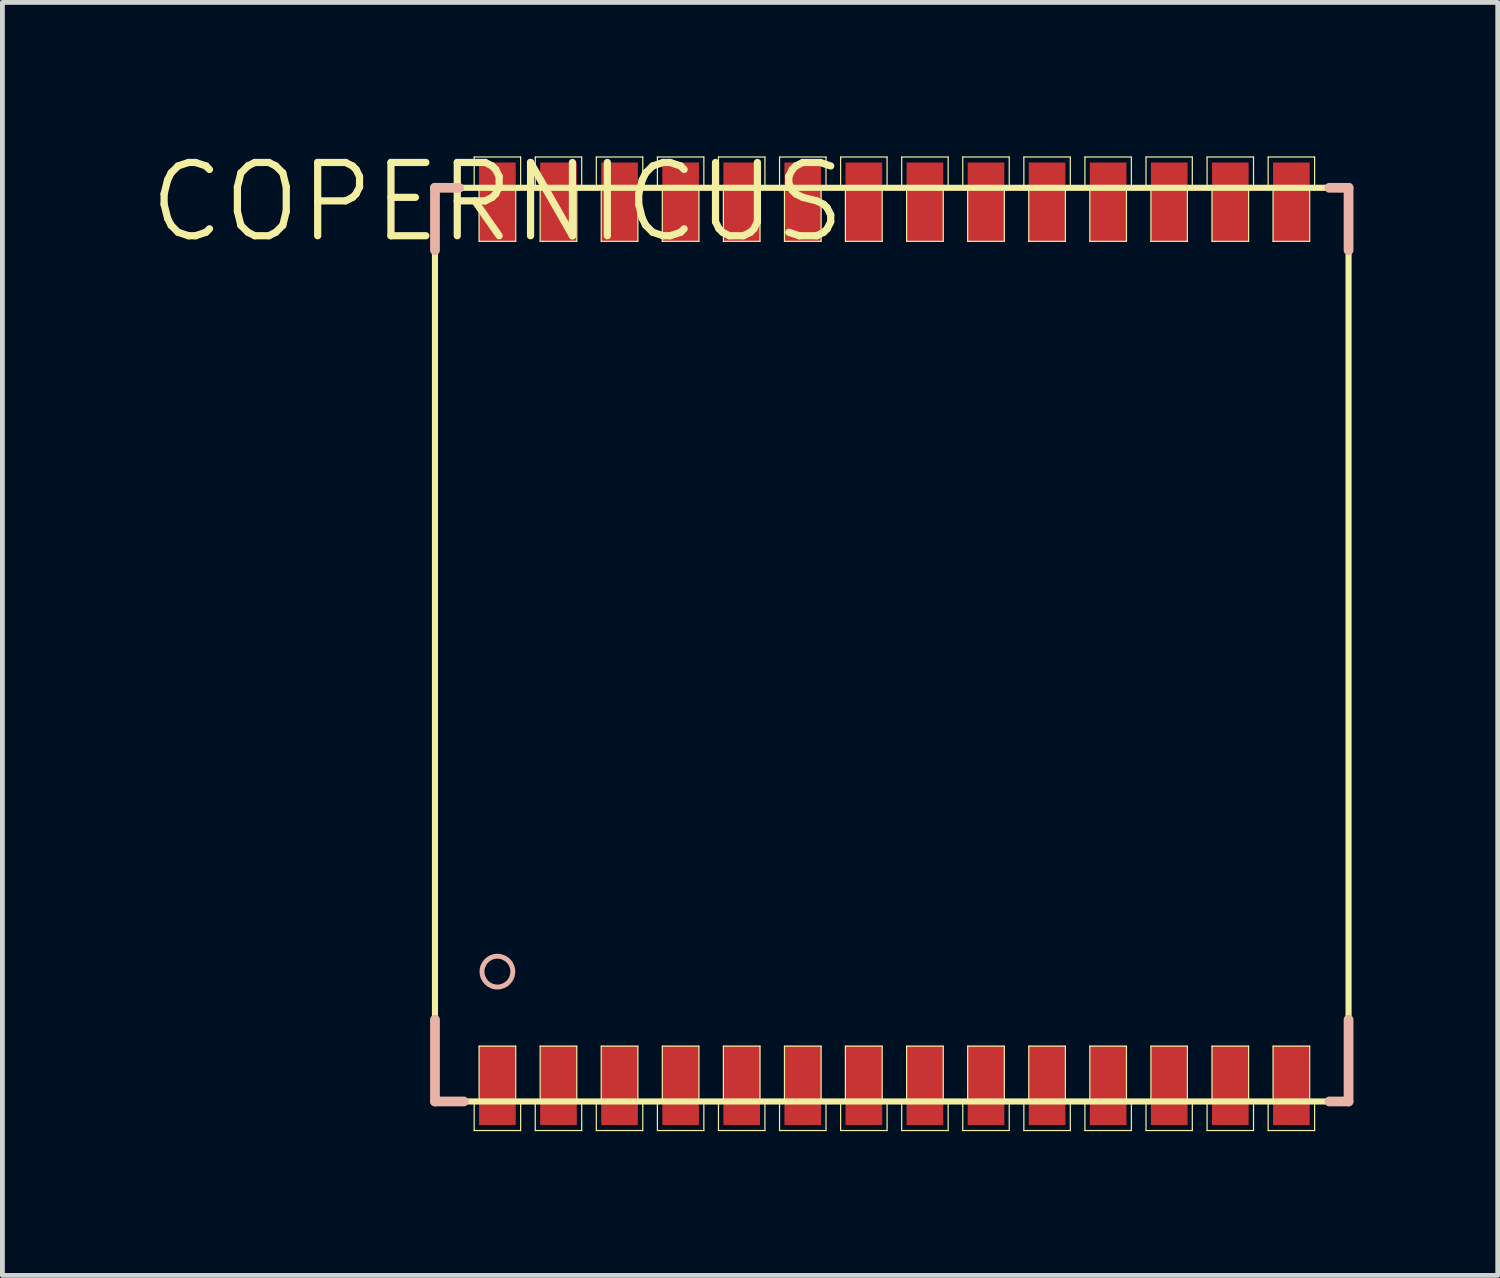
<source format=kicad_pcb>
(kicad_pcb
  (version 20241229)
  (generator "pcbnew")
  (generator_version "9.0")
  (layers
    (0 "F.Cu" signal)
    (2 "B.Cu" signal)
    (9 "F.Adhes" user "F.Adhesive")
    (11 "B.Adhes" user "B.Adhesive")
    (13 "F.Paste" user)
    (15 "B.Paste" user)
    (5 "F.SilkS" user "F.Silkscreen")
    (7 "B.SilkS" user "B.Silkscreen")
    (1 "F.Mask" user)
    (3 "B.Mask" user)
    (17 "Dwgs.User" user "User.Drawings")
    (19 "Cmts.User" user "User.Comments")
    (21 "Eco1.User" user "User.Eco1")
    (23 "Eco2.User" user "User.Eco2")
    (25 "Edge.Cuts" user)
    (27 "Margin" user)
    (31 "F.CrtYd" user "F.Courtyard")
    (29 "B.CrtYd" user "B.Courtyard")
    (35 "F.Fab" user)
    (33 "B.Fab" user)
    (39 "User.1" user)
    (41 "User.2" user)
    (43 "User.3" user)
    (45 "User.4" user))
  (footprint "COPERNICUS"
    (layer "F.Cu")
    (at 7.293 1.155)
    (property "Reference" "COPERNICUS" (at 0 0 0) (layer "F.SilkS") (effects (font (size 1.524 1.524) (thickness 0.15))))
    (attr smd)
    (fp_line (start -1.298 -0.3) (end -1.298 18.699) (stroke (width 0.127) (type solid)) (layer "F.SilkS"))
    (fp_line (start -1.298 -0.3) (end 17.699 -0.3) (stroke (width 0.127) (type solid)) (layer "F.SilkS"))
    (fp_line (start -1.298 18.699) (end 17.699 18.699) (stroke (width 0.127) (type solid)) (layer "F.SilkS"))
    (fp_line (start -0.483 -0.94) (end 0.483 -0.94) (stroke (width 0.025) (type solid)) (layer "F.SilkS"))
    (fp_line (start -0.483 -0.33) (end -0.483 -0.94) (stroke (width 0.025) (type solid)) (layer "F.SilkS"))
    (fp_line (start -0.483 18.694) (end -0.381 18.694) (stroke (width 0.025) (type solid)) (layer "F.SilkS"))
    (fp_line (start -0.483 19.304) (end -0.483 18.694) (stroke (width 0.025) (type solid)) (layer "F.SilkS"))
    (fp_line (start -0.381 -0.33) (end -0.483 -0.33) (stroke (width 0.025) (type solid)) (layer "F.SilkS"))
    (fp_line (start -0.381 0.813) (end -0.381 -0.33) (stroke (width 0.025) (type solid)) (layer "F.SilkS"))
    (fp_line (start -0.381 17.549) (end 0.381 17.549) (stroke (width 0.025) (type solid)) (layer "F.SilkS"))
    (fp_line (start -0.381 18.694) (end -0.381 17.549) (stroke (width 0.025) (type solid)) (layer "F.SilkS"))
    (fp_line (start 0.381 -0.33) (end 0.381 0.813) (stroke (width 0.025) (type solid)) (layer "F.SilkS"))
    (fp_line (start 0.381 0.813) (end -0.381 0.813) (stroke (width 0.025) (type solid)) (layer "F.SilkS"))
    (fp_line (start 0.381 17.549) (end 0.381 18.694) (stroke (width 0.025) (type solid)) (layer "F.SilkS"))
    (fp_line (start 0.381 18.694) (end 0.483 18.694) (stroke (width 0.025) (type solid)) (layer "F.SilkS"))
    (fp_line (start 0.483 -0.94) (end 0.483 -0.33) (stroke (width 0.025) (type solid)) (layer "F.SilkS"))
    (fp_line (start 0.483 -0.33) (end 0.381 -0.33) (stroke (width 0.025) (type solid)) (layer "F.SilkS"))
    (fp_line (start 0.483 18.694) (end 0.483 19.304) (stroke (width 0.025) (type solid)) (layer "F.SilkS"))
    (fp_line (start 0.483 19.304) (end -0.483 19.304) (stroke (width 0.025) (type solid)) (layer "F.SilkS"))
    (fp_line (start 0.787 -0.94) (end 1.753 -0.94) (stroke (width 0.025) (type solid)) (layer "F.SilkS"))
    (fp_line (start 0.787 -0.33) (end 0.787 -0.94) (stroke (width 0.025) (type solid)) (layer "F.SilkS"))
    (fp_line (start 0.787 18.694) (end 0.889 18.694) (stroke (width 0.025) (type solid)) (layer "F.SilkS"))
    (fp_line (start 0.787 19.304) (end 0.787 18.694) (stroke (width 0.025) (type solid)) (layer "F.SilkS"))
    (fp_line (start 0.889 -0.33) (end 0.787 -0.33) (stroke (width 0.025) (type solid)) (layer "F.SilkS"))
    (fp_line (start 0.889 0.813) (end 0.889 -0.33) (stroke (width 0.025) (type solid)) (layer "F.SilkS"))
    (fp_line (start 0.889 17.549) (end 1.651 17.549) (stroke (width 0.025) (type solid)) (layer "F.SilkS"))
    (fp_line (start 0.889 18.694) (end 0.889 17.549) (stroke (width 0.025) (type solid)) (layer "F.SilkS"))
    (fp_line (start 1.651 -0.33) (end 1.651 0.813) (stroke (width 0.025) (type solid)) (layer "F.SilkS"))
    (fp_line (start 1.651 0.813) (end 0.889 0.813) (stroke (width 0.025) (type solid)) (layer "F.SilkS"))
    (fp_line (start 1.651 17.549) (end 1.651 18.694) (stroke (width 0.025) (type solid)) (layer "F.SilkS"))
    (fp_line (start 1.651 18.694) (end 1.753 18.694) (stroke (width 0.025) (type solid)) (layer "F.SilkS"))
    (fp_line (start 1.753 -0.94) (end 1.753 -0.33) (stroke (width 0.025) (type solid)) (layer "F.SilkS"))
    (fp_line (start 1.753 -0.33) (end 1.651 -0.33) (stroke (width 0.025) (type solid)) (layer "F.SilkS"))
    (fp_line (start 1.753 18.694) (end 1.753 19.304) (stroke (width 0.025) (type solid)) (layer "F.SilkS"))
    (fp_line (start 1.753 19.304) (end 0.787 19.304) (stroke (width 0.025) (type solid)) (layer "F.SilkS"))
    (fp_line (start 2.057 -0.94) (end 3.023 -0.94) (stroke (width 0.025) (type solid)) (layer "F.SilkS"))
    (fp_line (start 2.057 -0.33) (end 2.057 -0.94) (stroke (width 0.025) (type solid)) (layer "F.SilkS"))
    (fp_line (start 2.057 18.694) (end 2.159 18.694) (stroke (width 0.025) (type solid)) (layer "F.SilkS"))
    (fp_line (start 2.057 19.304) (end 2.057 18.694) (stroke (width 0.025) (type solid)) (layer "F.SilkS"))
    (fp_line (start 2.159 -0.33) (end 2.057 -0.33) (stroke (width 0.025) (type solid)) (layer "F.SilkS"))
    (fp_line (start 2.159 0.813) (end 2.159 -0.33) (stroke (width 0.025) (type solid)) (layer "F.SilkS"))
    (fp_line (start 2.159 17.549) (end 2.921 17.549) (stroke (width 0.025) (type solid)) (layer "F.SilkS"))
    (fp_line (start 2.159 18.694) (end 2.159 17.549) (stroke (width 0.025) (type solid)) (layer "F.SilkS"))
    (fp_line (start 2.921 -0.33) (end 2.921 0.813) (stroke (width 0.025) (type solid)) (layer "F.SilkS"))
    (fp_line (start 2.921 0.813) (end 2.159 0.813) (stroke (width 0.025) (type solid)) (layer "F.SilkS"))
    (fp_line (start 2.921 17.549) (end 2.921 18.694) (stroke (width 0.025) (type solid)) (layer "F.SilkS"))
    (fp_line (start 2.921 18.694) (end 3.023 18.694) (stroke (width 0.025) (type solid)) (layer "F.SilkS"))
    (fp_line (start 3.023 -0.94) (end 3.023 -0.33) (stroke (width 0.025) (type solid)) (layer "F.SilkS"))
    (fp_line (start 3.023 -0.33) (end 2.921 -0.33) (stroke (width 0.025) (type solid)) (layer "F.SilkS"))
    (fp_line (start 3.023 18.694) (end 3.023 19.304) (stroke (width 0.025) (type solid)) (layer "F.SilkS"))
    (fp_line (start 3.023 19.304) (end 2.057 19.304) (stroke (width 0.025) (type solid)) (layer "F.SilkS"))
    (fp_line (start 3.327 -0.94) (end 4.293 -0.94) (stroke (width 0.025) (type solid)) (layer "F.SilkS"))
    (fp_line (start 3.327 -0.33) (end 3.327 -0.94) (stroke (width 0.025) (type solid)) (layer "F.SilkS"))
    (fp_line (start 3.327 18.694) (end 3.429 18.694) (stroke (width 0.025) (type solid)) (layer "F.SilkS"))
    (fp_line (start 3.327 19.304) (end 3.327 18.694) (stroke (width 0.025) (type solid)) (layer "F.SilkS"))
    (fp_line (start 3.429 -0.33) (end 3.327 -0.33) (stroke (width 0.025) (type solid)) (layer "F.SilkS"))
    (fp_line (start 3.429 0.813) (end 3.429 -0.33) (stroke (width 0.025) (type solid)) (layer "F.SilkS"))
    (fp_line (start 3.429 17.549) (end 4.191 17.549) (stroke (width 0.025) (type solid)) (layer "F.SilkS"))
    (fp_line (start 3.429 18.694) (end 3.429 17.549) (stroke (width 0.025) (type solid)) (layer "F.SilkS"))
    (fp_line (start 4.191 -0.33) (end 4.191 0.813) (stroke (width 0.025) (type solid)) (layer "F.SilkS"))
    (fp_line (start 4.191 0.813) (end 3.429 0.813) (stroke (width 0.025) (type solid)) (layer "F.SilkS"))
    (fp_line (start 4.191 17.549) (end 4.191 18.694) (stroke (width 0.025) (type solid)) (layer "F.SilkS"))
    (fp_line (start 4.191 18.694) (end 4.293 18.694) (stroke (width 0.025) (type solid)) (layer "F.SilkS"))
    (fp_line (start 4.293 -0.94) (end 4.293 -0.33) (stroke (width 0.025) (type solid)) (layer "F.SilkS"))
    (fp_line (start 4.293 -0.33) (end 4.191 -0.33) (stroke (width 0.025) (type solid)) (layer "F.SilkS"))
    (fp_line (start 4.293 18.694) (end 4.293 19.304) (stroke (width 0.025) (type solid)) (layer "F.SilkS"))
    (fp_line (start 4.293 19.304) (end 3.327 19.304) (stroke (width 0.025) (type solid)) (layer "F.SilkS"))
    (fp_line (start 4.597 -0.94) (end 5.563 -0.94) (stroke (width 0.025) (type solid)) (layer "F.SilkS"))
    (fp_line (start 4.597 -0.33) (end 4.597 -0.94) (stroke (width 0.025) (type solid)) (layer "F.SilkS"))
    (fp_line (start 4.597 18.694) (end 4.699 18.694) (stroke (width 0.025) (type solid)) (layer "F.SilkS"))
    (fp_line (start 4.597 19.304) (end 4.597 18.694) (stroke (width 0.025) (type solid)) (layer "F.SilkS"))
    (fp_line (start 4.699 -0.33) (end 4.597 -0.33) (stroke (width 0.025) (type solid)) (layer "F.SilkS"))
    (fp_line (start 4.699 0.813) (end 4.699 -0.33) (stroke (width 0.025) (type solid)) (layer "F.SilkS"))
    (fp_line (start 4.699 17.549) (end 5.461 17.549) (stroke (width 0.025) (type solid)) (layer "F.SilkS"))
    (fp_line (start 4.699 18.694) (end 4.699 17.549) (stroke (width 0.025) (type solid)) (layer "F.SilkS"))
    (fp_line (start 5.461 -0.33) (end 5.461 0.813) (stroke (width 0.025) (type solid)) (layer "F.SilkS"))
    (fp_line (start 5.461 0.813) (end 4.699 0.813) (stroke (width 0.025) (type solid)) (layer "F.SilkS"))
    (fp_line (start 5.461 17.549) (end 5.461 18.694) (stroke (width 0.025) (type solid)) (layer "F.SilkS"))
    (fp_line (start 5.461 18.694) (end 5.563 18.694) (stroke (width 0.025) (type solid)) (layer "F.SilkS"))
    (fp_line (start 5.563 -0.94) (end 5.563 -0.33) (stroke (width 0.025) (type solid)) (layer "F.SilkS"))
    (fp_line (start 5.563 -0.33) (end 5.461 -0.33) (stroke (width 0.025) (type solid)) (layer "F.SilkS"))
    (fp_line (start 5.563 18.694) (end 5.563 19.304) (stroke (width 0.025) (type solid)) (layer "F.SilkS"))
    (fp_line (start 5.563 19.304) (end 4.597 19.304) (stroke (width 0.025) (type solid)) (layer "F.SilkS"))
    (fp_line (start 5.867 -0.94) (end 6.833 -0.94) (stroke (width 0.025) (type solid)) (layer "F.SilkS"))
    (fp_line (start 5.867 -0.33) (end 5.867 -0.94) (stroke (width 0.025) (type solid)) (layer "F.SilkS"))
    (fp_line (start 5.867 18.694) (end 5.969 18.694) (stroke (width 0.025) (type solid)) (layer "F.SilkS"))
    (fp_line (start 5.867 19.304) (end 5.867 18.694) (stroke (width 0.025) (type solid)) (layer "F.SilkS"))
    (fp_line (start 5.969 -0.33) (end 5.867 -0.33) (stroke (width 0.025) (type solid)) (layer "F.SilkS"))
    (fp_line (start 5.969 0.813) (end 5.969 -0.33) (stroke (width 0.025) (type solid)) (layer "F.SilkS"))
    (fp_line (start 5.969 17.549) (end 6.731 17.549) (stroke (width 0.025) (type solid)) (layer "F.SilkS"))
    (fp_line (start 5.969 18.694) (end 5.969 17.549) (stroke (width 0.025) (type solid)) (layer "F.SilkS"))
    (fp_line (start 6.731 -0.33) (end 6.731 0.813) (stroke (width 0.025) (type solid)) (layer "F.SilkS"))
    (fp_line (start 6.731 0.813) (end 5.969 0.813) (stroke (width 0.025) (type solid)) (layer "F.SilkS"))
    (fp_line (start 6.731 17.549) (end 6.731 18.694) (stroke (width 0.025) (type solid)) (layer "F.SilkS"))
    (fp_line (start 6.731 18.694) (end 6.833 18.694) (stroke (width 0.025) (type solid)) (layer "F.SilkS"))
    (fp_line (start 6.833 -0.94) (end 6.833 -0.33) (stroke (width 0.025) (type solid)) (layer "F.SilkS"))
    (fp_line (start 6.833 -0.33) (end 6.731 -0.33) (stroke (width 0.025) (type solid)) (layer "F.SilkS"))
    (fp_line (start 6.833 18.694) (end 6.833 19.304) (stroke (width 0.025) (type solid)) (layer "F.SilkS"))
    (fp_line (start 6.833 19.304) (end 5.867 19.304) (stroke (width 0.025) (type solid)) (layer "F.SilkS"))
    (fp_line (start 7.137 -0.94) (end 8.103 -0.94) (stroke (width 0.025) (type solid)) (layer "F.SilkS"))
    (fp_line (start 7.137 -0.33) (end 7.137 -0.94) (stroke (width 0.025) (type solid)) (layer "F.SilkS"))
    (fp_line (start 7.137 18.694) (end 7.236 18.694) (stroke (width 0.025) (type solid)) (layer "F.SilkS"))
    (fp_line (start 7.137 19.304) (end 7.137 18.694) (stroke (width 0.025) (type solid)) (layer "F.SilkS"))
    (fp_line (start 7.236 -0.33) (end 7.137 -0.33) (stroke (width 0.025) (type solid)) (layer "F.SilkS"))
    (fp_line (start 7.236 0.813) (end 7.236 -0.33) (stroke (width 0.025) (type solid)) (layer "F.SilkS"))
    (fp_line (start 7.236 17.549) (end 8.001 17.549) (stroke (width 0.025) (type solid)) (layer "F.SilkS"))
    (fp_line (start 7.236 18.694) (end 7.236 17.549) (stroke (width 0.025) (type solid)) (layer "F.SilkS"))
    (fp_line (start 8.001 -0.33) (end 8.001 0.813) (stroke (width 0.025) (type solid)) (layer "F.SilkS"))
    (fp_line (start 8.001 0.813) (end 7.236 0.813) (stroke (width 0.025) (type solid)) (layer "F.SilkS"))
    (fp_line (start 8.001 17.549) (end 8.001 18.694) (stroke (width 0.025) (type solid)) (layer "F.SilkS"))
    (fp_line (start 8.001 18.694) (end 8.103 18.694) (stroke (width 0.025) (type solid)) (layer "F.SilkS"))
    (fp_line (start 8.103 -0.94) (end 8.103 -0.33) (stroke (width 0.025) (type solid)) (layer "F.SilkS"))
    (fp_line (start 8.103 -0.33) (end 8.001 -0.33) (stroke (width 0.025) (type solid)) (layer "F.SilkS"))
    (fp_line (start 8.103 18.694) (end 8.103 19.304) (stroke (width 0.025) (type solid)) (layer "F.SilkS"))
    (fp_line (start 8.103 19.304) (end 7.137 19.304) (stroke (width 0.025) (type solid)) (layer "F.SilkS"))
    (fp_line (start 8.407 -0.94) (end 9.373 -0.94) (stroke (width 0.025) (type solid)) (layer "F.SilkS"))
    (fp_line (start 8.407 -0.33) (end 8.407 -0.94) (stroke (width 0.025) (type solid)) (layer "F.SilkS"))
    (fp_line (start 8.407 18.694) (end 8.509 18.694) (stroke (width 0.025) (type solid)) (layer "F.SilkS"))
    (fp_line (start 8.407 19.304) (end 8.407 18.694) (stroke (width 0.025) (type solid)) (layer "F.SilkS"))
    (fp_line (start 8.509 -0.33) (end 8.407 -0.33) (stroke (width 0.025) (type solid)) (layer "F.SilkS"))
    (fp_line (start 8.509 0.813) (end 8.509 -0.33) (stroke (width 0.025) (type solid)) (layer "F.SilkS"))
    (fp_line (start 8.509 17.549) (end 9.271 17.549) (stroke (width 0.025) (type solid)) (layer "F.SilkS"))
    (fp_line (start 8.509 18.694) (end 8.509 17.549) (stroke (width 0.025) (type solid)) (layer "F.SilkS"))
    (fp_line (start 9.271 -0.33) (end 9.271 0.813) (stroke (width 0.025) (type solid)) (layer "F.SilkS"))
    (fp_line (start 9.271 0.813) (end 8.509 0.813) (stroke (width 0.025) (type solid)) (layer "F.SilkS"))
    (fp_line (start 9.271 17.549) (end 9.271 18.694) (stroke (width 0.025) (type solid)) (layer "F.SilkS"))
    (fp_line (start 9.271 18.694) (end 9.373 18.694) (stroke (width 0.025) (type solid)) (layer "F.SilkS"))
    (fp_line (start 9.373 -0.94) (end 9.373 -0.33) (stroke (width 0.025) (type solid)) (layer "F.SilkS"))
    (fp_line (start 9.373 -0.33) (end 9.271 -0.33) (stroke (width 0.025) (type solid)) (layer "F.SilkS"))
    (fp_line (start 9.373 18.694) (end 9.373 19.304) (stroke (width 0.025) (type solid)) (layer "F.SilkS"))
    (fp_line (start 9.373 19.304) (end 8.407 19.304) (stroke (width 0.025) (type solid)) (layer "F.SilkS"))
    (fp_line (start 9.677 -0.94) (end 10.643 -0.94) (stroke (width 0.025) (type solid)) (layer "F.SilkS"))
    (fp_line (start 9.677 -0.33) (end 9.677 -0.94) (stroke (width 0.025) (type solid)) (layer "F.SilkS"))
    (fp_line (start 9.677 18.694) (end 9.779 18.694) (stroke (width 0.025) (type solid)) (layer "F.SilkS"))
    (fp_line (start 9.677 19.304) (end 9.677 18.694) (stroke (width 0.025) (type solid)) (layer "F.SilkS"))
    (fp_line (start 9.779 -0.33) (end 9.677 -0.33) (stroke (width 0.025) (type solid)) (layer "F.SilkS"))
    (fp_line (start 9.779 0.813) (end 9.779 -0.33) (stroke (width 0.025) (type solid)) (layer "F.SilkS"))
    (fp_line (start 9.779 17.549) (end 10.541 17.549) (stroke (width 0.025) (type solid)) (layer "F.SilkS"))
    (fp_line (start 9.779 18.694) (end 9.779 17.549) (stroke (width 0.025) (type solid)) (layer "F.SilkS"))
    (fp_line (start 10.541 -0.33) (end 10.541 0.813) (stroke (width 0.025) (type solid)) (layer "F.SilkS"))
    (fp_line (start 10.541 0.813) (end 9.779 0.813) (stroke (width 0.025) (type solid)) (layer "F.SilkS"))
    (fp_line (start 10.541 17.549) (end 10.541 18.694) (stroke (width 0.025) (type solid)) (layer "F.SilkS"))
    (fp_line (start 10.541 18.694) (end 10.643 18.694) (stroke (width 0.025) (type solid)) (layer "F.SilkS"))
    (fp_line (start 10.643 -0.94) (end 10.643 -0.33) (stroke (width 0.025) (type solid)) (layer "F.SilkS"))
    (fp_line (start 10.643 -0.33) (end 10.541 -0.33) (stroke (width 0.025) (type solid)) (layer "F.SilkS"))
    (fp_line (start 10.643 18.694) (end 10.643 19.304) (stroke (width 0.025) (type solid)) (layer "F.SilkS"))
    (fp_line (start 10.643 19.304) (end 9.677 19.304) (stroke (width 0.025) (type solid)) (layer "F.SilkS"))
    (fp_line (start 10.947 -0.94) (end 11.913 -0.94) (stroke (width 0.025) (type solid)) (layer "F.SilkS"))
    (fp_line (start 10.947 -0.33) (end 10.947 -0.94) (stroke (width 0.025) (type solid)) (layer "F.SilkS"))
    (fp_line (start 10.947 18.694) (end 11.049 18.694) (stroke (width 0.025) (type solid)) (layer "F.SilkS"))
    (fp_line (start 10.947 19.304) (end 10.947 18.694) (stroke (width 0.025) (type solid)) (layer "F.SilkS"))
    (fp_line (start 11.049 -0.33) (end 10.947 -0.33) (stroke (width 0.025) (type solid)) (layer "F.SilkS"))
    (fp_line (start 11.049 0.813) (end 11.049 -0.33) (stroke (width 0.025) (type solid)) (layer "F.SilkS"))
    (fp_line (start 11.049 17.549) (end 11.811 17.549) (stroke (width 0.025) (type solid)) (layer "F.SilkS"))
    (fp_line (start 11.049 18.694) (end 11.049 17.549) (stroke (width 0.025) (type solid)) (layer "F.SilkS"))
    (fp_line (start 11.811 -0.33) (end 11.811 0.813) (stroke (width 0.025) (type solid)) (layer "F.SilkS"))
    (fp_line (start 11.811 0.813) (end 11.049 0.813) (stroke (width 0.025) (type solid)) (layer "F.SilkS"))
    (fp_line (start 11.811 17.549) (end 11.811 18.694) (stroke (width 0.025) (type solid)) (layer "F.SilkS"))
    (fp_line (start 11.811 18.694) (end 11.913 18.694) (stroke (width 0.025) (type solid)) (layer "F.SilkS"))
    (fp_line (start 11.913 -0.94) (end 11.913 -0.33) (stroke (width 0.025) (type solid)) (layer "F.SilkS"))
    (fp_line (start 11.913 -0.33) (end 11.811 -0.33) (stroke (width 0.025) (type solid)) (layer "F.SilkS"))
    (fp_line (start 11.913 18.694) (end 11.913 19.304) (stroke (width 0.025) (type solid)) (layer "F.SilkS"))
    (fp_line (start 11.913 19.304) (end 10.947 19.304) (stroke (width 0.025) (type solid)) (layer "F.SilkS"))
    (fp_line (start 12.217 -0.94) (end 13.183 -0.94) (stroke (width 0.025) (type solid)) (layer "F.SilkS"))
    (fp_line (start 12.217 -0.33) (end 12.217 -0.94) (stroke (width 0.025) (type solid)) (layer "F.SilkS"))
    (fp_line (start 12.217 18.694) (end 12.319 18.694) (stroke (width 0.025) (type solid)) (layer "F.SilkS"))
    (fp_line (start 12.217 19.304) (end 12.217 18.694) (stroke (width 0.025) (type solid)) (layer "F.SilkS"))
    (fp_line (start 12.319 -0.33) (end 12.217 -0.33) (stroke (width 0.025) (type solid)) (layer "F.SilkS"))
    (fp_line (start 12.319 0.813) (end 12.319 -0.33) (stroke (width 0.025) (type solid)) (layer "F.SilkS"))
    (fp_line (start 12.319 17.549) (end 13.081 17.549) (stroke (width 0.025) (type solid)) (layer "F.SilkS"))
    (fp_line (start 12.319 18.694) (end 12.319 17.549) (stroke (width 0.025) (type solid)) (layer "F.SilkS"))
    (fp_line (start 13.081 -0.33) (end 13.081 0.813) (stroke (width 0.025) (type solid)) (layer "F.SilkS"))
    (fp_line (start 13.081 0.813) (end 12.319 0.813) (stroke (width 0.025) (type solid)) (layer "F.SilkS"))
    (fp_line (start 13.081 17.549) (end 13.081 18.694) (stroke (width 0.025) (type solid)) (layer "F.SilkS"))
    (fp_line (start 13.081 18.694) (end 13.183 18.694) (stroke (width 0.025) (type solid)) (layer "F.SilkS"))
    (fp_line (start 13.183 -0.94) (end 13.183 -0.33) (stroke (width 0.025) (type solid)) (layer "F.SilkS"))
    (fp_line (start 13.183 -0.33) (end 13.081 -0.33) (stroke (width 0.025) (type solid)) (layer "F.SilkS"))
    (fp_line (start 13.183 18.694) (end 13.183 19.304) (stroke (width 0.025) (type solid)) (layer "F.SilkS"))
    (fp_line (start 13.183 19.304) (end 12.217 19.304) (stroke (width 0.025) (type solid)) (layer "F.SilkS"))
    (fp_line (start 13.487 -0.94) (end 14.45 -0.94) (stroke (width 0.025) (type solid)) (layer "F.SilkS"))
    (fp_line (start 13.487 -0.33) (end 13.487 -0.94) (stroke (width 0.025) (type solid)) (layer "F.SilkS"))
    (fp_line (start 13.487 18.694) (end 13.589 18.694) (stroke (width 0.025) (type solid)) (layer "F.SilkS"))
    (fp_line (start 13.487 19.304) (end 13.487 18.694) (stroke (width 0.025) (type solid)) (layer "F.SilkS"))
    (fp_line (start 13.589 -0.33) (end 13.487 -0.33) (stroke (width 0.025) (type solid)) (layer "F.SilkS"))
    (fp_line (start 13.589 0.813) (end 13.589 -0.33) (stroke (width 0.025) (type solid)) (layer "F.SilkS"))
    (fp_line (start 13.589 17.549) (end 14.348 17.549) (stroke (width 0.025) (type solid)) (layer "F.SilkS"))
    (fp_line (start 13.589 18.694) (end 13.589 17.549) (stroke (width 0.025) (type solid)) (layer "F.SilkS"))
    (fp_line (start 14.348 -0.33) (end 14.348 0.813) (stroke (width 0.025) (type solid)) (layer "F.SilkS"))
    (fp_line (start 14.348 0.813) (end 13.589 0.813) (stroke (width 0.025) (type solid)) (layer "F.SilkS"))
    (fp_line (start 14.348 17.549) (end 14.348 18.694) (stroke (width 0.025) (type solid)) (layer "F.SilkS"))
    (fp_line (start 14.348 18.694) (end 14.45 18.694) (stroke (width 0.025) (type solid)) (layer "F.SilkS"))
    (fp_line (start 14.45 -0.94) (end 14.45 -0.33) (stroke (width 0.025) (type solid)) (layer "F.SilkS"))
    (fp_line (start 14.45 -0.33) (end 14.348 -0.33) (stroke (width 0.025) (type solid)) (layer "F.SilkS"))
    (fp_line (start 14.45 18.694) (end 14.45 19.304) (stroke (width 0.025) (type solid)) (layer "F.SilkS"))
    (fp_line (start 14.45 19.304) (end 13.487 19.304) (stroke (width 0.025) (type solid)) (layer "F.SilkS"))
    (fp_line (start 14.757 -0.94) (end 15.723 -0.94) (stroke (width 0.025) (type solid)) (layer "F.SilkS"))
    (fp_line (start 14.757 -0.33) (end 14.757 -0.94) (stroke (width 0.025) (type solid)) (layer "F.SilkS"))
    (fp_line (start 14.757 18.694) (end 14.859 18.694) (stroke (width 0.025) (type solid)) (layer "F.SilkS"))
    (fp_line (start 14.757 19.304) (end 14.757 18.694) (stroke (width 0.025) (type solid)) (layer "F.SilkS"))
    (fp_line (start 14.859 -0.33) (end 14.757 -0.33) (stroke (width 0.025) (type solid)) (layer "F.SilkS"))
    (fp_line (start 14.859 0.813) (end 14.859 -0.33) (stroke (width 0.025) (type solid)) (layer "F.SilkS"))
    (fp_line (start 14.859 17.549) (end 15.621 17.549) (stroke (width 0.025) (type solid)) (layer "F.SilkS"))
    (fp_line (start 14.859 18.694) (end 14.859 17.549) (stroke (width 0.025) (type solid)) (layer "F.SilkS"))
    (fp_line (start 15.621 -0.33) (end 15.621 0.813) (stroke (width 0.025) (type solid)) (layer "F.SilkS"))
    (fp_line (start 15.621 0.813) (end 14.859 0.813) (stroke (width 0.025) (type solid)) (layer "F.SilkS"))
    (fp_line (start 15.621 17.549) (end 15.621 18.694) (stroke (width 0.025) (type solid)) (layer "F.SilkS"))
    (fp_line (start 15.621 18.694) (end 15.723 18.694) (stroke (width 0.025) (type solid)) (layer "F.SilkS"))
    (fp_line (start 15.723 -0.94) (end 15.723 -0.33) (stroke (width 0.025) (type solid)) (layer "F.SilkS"))
    (fp_line (start 15.723 -0.33) (end 15.621 -0.33) (stroke (width 0.025) (type solid)) (layer "F.SilkS"))
    (fp_line (start 15.723 18.694) (end 15.723 19.304) (stroke (width 0.025) (type solid)) (layer "F.SilkS"))
    (fp_line (start 15.723 19.304) (end 14.757 19.304) (stroke (width 0.025) (type solid)) (layer "F.SilkS"))
    (fp_line (start 16.027 -0.94) (end 16.993 -0.94) (stroke (width 0.025) (type solid)) (layer "F.SilkS"))
    (fp_line (start 16.027 -0.33) (end 16.027 -0.94) (stroke (width 0.025) (type solid)) (layer "F.SilkS"))
    (fp_line (start 16.027 18.694) (end 16.129 18.694) (stroke (width 0.025) (type solid)) (layer "F.SilkS"))
    (fp_line (start 16.027 19.304) (end 16.027 18.694) (stroke (width 0.025) (type solid)) (layer "F.SilkS"))
    (fp_line (start 16.129 -0.33) (end 16.027 -0.33) (stroke (width 0.025) (type solid)) (layer "F.SilkS"))
    (fp_line (start 16.129 0.813) (end 16.129 -0.33) (stroke (width 0.025) (type solid)) (layer "F.SilkS"))
    (fp_line (start 16.129 17.549) (end 16.891 17.549) (stroke (width 0.025) (type solid)) (layer "F.SilkS"))
    (fp_line (start 16.129 18.694) (end 16.129 17.549) (stroke (width 0.025) (type solid)) (layer "F.SilkS"))
    (fp_line (start 16.891 -0.33) (end 16.891 0.813) (stroke (width 0.025) (type solid)) (layer "F.SilkS"))
    (fp_line (start 16.891 0.813) (end 16.129 0.813) (stroke (width 0.025) (type solid)) (layer "F.SilkS"))
    (fp_line (start 16.891 17.549) (end 16.891 18.694) (stroke (width 0.025) (type solid)) (layer "F.SilkS"))
    (fp_line (start 16.891 18.694) (end 16.993 18.694) (stroke (width 0.025) (type solid)) (layer "F.SilkS"))
    (fp_line (start 16.993 -0.94) (end 16.993 -0.33) (stroke (width 0.025) (type solid)) (layer "F.SilkS"))
    (fp_line (start 16.993 -0.33) (end 16.891 -0.33) (stroke (width 0.025) (type solid)) (layer "F.SilkS"))
    (fp_line (start 16.993 18.694) (end 16.993 19.304) (stroke (width 0.025) (type solid)) (layer "F.SilkS"))
    (fp_line (start 16.993 19.304) (end 16.027 19.304) (stroke (width 0.025) (type solid)) (layer "F.SilkS"))
    (fp_line (start 17.699 -0.3) (end 17.699 18.699) (stroke (width 0.127) (type solid)) (layer "F.SilkS"))
    (fp_line (start -1.298 -0.3) (end -1.298 0.998) (stroke (width 0.203) (type solid)) (layer "B.SilkS"))
    (fp_line (start -1.298 16.998) (end -1.298 18.699) (stroke (width 0.203) (type solid)) (layer "B.SilkS"))
    (fp_line (start -1.298 18.699) (end -0.699 18.699) (stroke (width 0.203) (type solid)) (layer "B.SilkS"))
    (fp_line (start -0.798 -0.3) (end -1.298 -0.3) (stroke (width 0.203) (type solid)) (layer "B.SilkS"))
    (fp_line (start 17.3 18.699) (end 17.699 18.699) (stroke (width 0.203) (type solid)) (layer "B.SilkS"))
    (fp_line (start 17.699 -0.3) (end 17.3 -0.3) (stroke (width 0.203) (type solid)) (layer "B.SilkS"))
    (fp_line (start 17.699 0.998) (end 17.699 -0.3) (stroke (width 0.203) (type solid)) (layer "B.SilkS"))
    (fp_line (start 17.699 18.699) (end 17.699 16.998) (stroke (width 0.203) (type solid)) (layer "B.SilkS"))
    (fp_circle (center 0 15.999) (end -0.226 16.226) (stroke (width 0.102) (type solid)) (fill no) (layer "B.SilkS"))
    (pad "1" smd rect (at 0 18.364 180) (size 0.762 1.651) (layers "F.Cu" "F.Mask" "F.Paste"))
    (pad "2" smd rect (at 1.27 18.364 180) (size 0.762 1.651) (layers "F.Cu" "F.Mask" "F.Paste"))
    (pad "3" smd rect (at 2.54 18.364 180) (size 0.762 1.651) (layers "F.Cu" "F.Mask" "F.Paste"))
    (pad "4" smd rect (at 3.81 18.364 180) (size 0.762 1.651) (layers "F.Cu" "F.Mask" "F.Paste"))
    (pad "5" smd rect (at 5.08 18.364 180) (size 0.762 1.651) (layers "F.Cu" "F.Mask" "F.Paste"))
    (pad "6" smd rect (at 6.35 18.364 180) (size 0.762 1.651) (layers "F.Cu" "F.Mask" "F.Paste"))
    (pad "7" smd rect (at 7.62 18.364 180) (size 0.762 1.651) (layers "F.Cu" "F.Mask" "F.Paste"))
    (pad "8" smd rect (at 8.89 18.364 180) (size 0.762 1.651) (layers "F.Cu" "F.Mask" "F.Paste"))
    (pad "9" smd rect (at 10.16 18.364 180) (size 0.762 1.651) (layers "F.Cu" "F.Mask" "F.Paste"))
    (pad "10" smd rect (at 11.43 18.364 180) (size 0.762 1.651) (layers "F.Cu" "F.Mask" "F.Paste"))
    (pad "11" smd rect (at 12.7 18.364 180) (size 0.762 1.651) (layers "F.Cu" "F.Mask" "F.Paste"))
    (pad "12" smd rect (at 13.97 18.364 180) (size 0.762 1.651) (layers "F.Cu" "F.Mask" "F.Paste"))
    (pad "13" smd rect (at 15.24 18.364 180) (size 0.762 1.651) (layers "F.Cu" "F.Mask" "F.Paste"))
    (pad "14" smd rect (at 16.51 18.364 180) (size 0.762 1.651) (layers "F.Cu" "F.Mask" "F.Paste"))
    (pad "15" smd rect (at 16.51 0 180) (size 0.762 1.651) (layers "F.Cu" "F.Mask" "F.Paste"))
    (pad "16" smd rect (at 15.24 0 180) (size 0.762 1.651) (layers "F.Cu" "F.Mask" "F.Paste"))
    (pad "17" smd rect (at 13.97 0 180) (size 0.762 1.651) (layers "F.Cu" "F.Mask" "F.Paste"))
    (pad "18" smd rect (at 12.7 0 180) (size 0.762 1.651) (layers "F.Cu" "F.Mask" "F.Paste"))
    (pad "19" smd rect (at 11.43 0 180) (size 0.762 1.651) (layers "F.Cu" "F.Mask" "F.Paste"))
    (pad "20" smd rect (at 10.16 0 180) (size 0.762 1.651) (layers "F.Cu" "F.Mask" "F.Paste"))
    (pad "21" smd rect (at 8.89 0 180) (size 0.762 1.651) (layers "F.Cu" "F.Mask" "F.Paste"))
    (pad "22" smd rect (at 7.62 0 180) (size 0.762 1.651) (layers "F.Cu" "F.Mask" "F.Paste"))
    (pad "23" smd rect (at 6.35 0 180) (size 0.762 1.651) (layers "F.Cu" "F.Mask" "F.Paste"))
    (pad "24" smd rect (at 5.08 0 180) (size 0.762 1.651) (layers "F.Cu" "F.Mask" "F.Paste"))
    (pad "25" smd rect (at 3.81 0 180) (size 0.762 1.651) (layers "F.Cu" "F.Mask" "F.Paste"))
    (pad "26" smd rect (at 2.54 0 180) (size 0.762 1.651) (layers "F.Cu" "F.Mask" "F.Paste"))
    (pad "27" smd rect (at 1.27 0 180) (size 0.762 1.651) (layers "F.Cu" "F.Mask" "F.Paste"))
    (pad "28" smd rect (at 0 0 180) (size 0.762 1.651) (layers "F.Cu" "F.Mask" "F.Paste")))
  (gr_rect
    (start -3 -3)
    (end 28.094 23.471)
    (stroke (width 0.1) (type default))
    (fill no)
    (layer "Edge.Cuts")))
</source>
